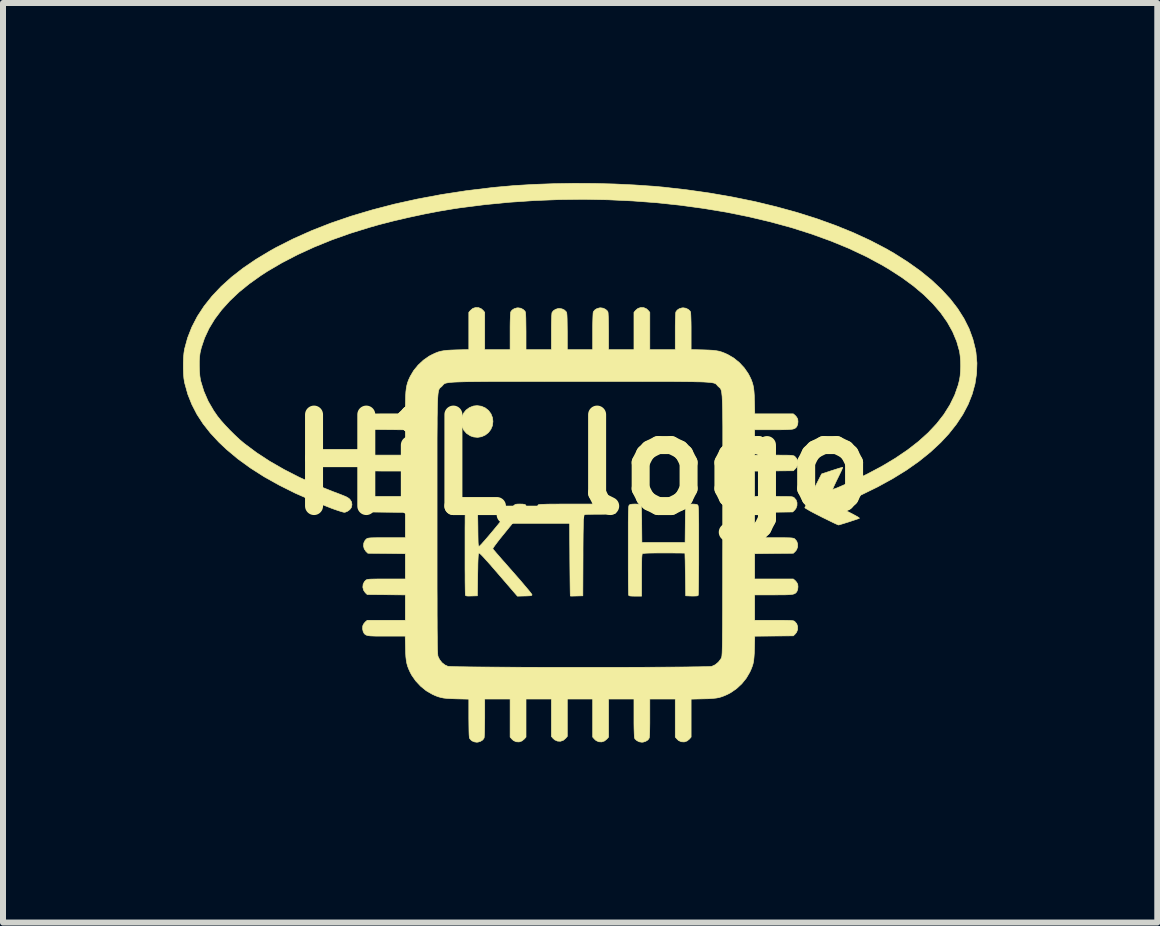
<source format=kicad_pcb>
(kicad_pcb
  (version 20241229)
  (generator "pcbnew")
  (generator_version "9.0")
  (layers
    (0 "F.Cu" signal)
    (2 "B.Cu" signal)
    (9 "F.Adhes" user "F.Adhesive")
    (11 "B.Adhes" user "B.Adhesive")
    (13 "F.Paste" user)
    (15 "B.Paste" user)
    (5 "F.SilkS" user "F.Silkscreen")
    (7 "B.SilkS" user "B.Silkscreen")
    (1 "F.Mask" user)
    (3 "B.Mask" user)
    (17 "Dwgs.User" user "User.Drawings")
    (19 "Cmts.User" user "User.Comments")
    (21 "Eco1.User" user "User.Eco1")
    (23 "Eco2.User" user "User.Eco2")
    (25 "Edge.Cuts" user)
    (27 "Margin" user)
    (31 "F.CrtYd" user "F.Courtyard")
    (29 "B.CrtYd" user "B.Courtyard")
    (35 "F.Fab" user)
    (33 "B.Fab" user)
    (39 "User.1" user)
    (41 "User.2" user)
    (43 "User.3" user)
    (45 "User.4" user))
  (footprint "HiL_logo"
    (layer "F.Cu")
    (at 6.646 4.693)
    (property "Reference" "HiL_logo" (at 0 0 0) (layer "F.SilkS") (effects (font (size 1.524 1.524) (thickness 0.3))))
    (attr through_hole)
    (fp_poly (pts (xy -1.674 -0.974) (xy -1.61 -0.946) (xy -1.556 -0.903) (xy -1.515 -0.848) (xy -1.489 -0.782) (xy -1.482 -0.72) (xy -1.491 -0.649) (xy -1.518 -0.586) (xy -1.559 -0.533) (xy -1.611 -0.493) (xy -1.671 -0.466) (xy -1.737 -0.455) (xy -1.805 -0.462) (xy -1.857 -0.48) (xy -1.921 -0.521) (xy -1.968 -0.575) (xy -1.999 -0.64) (xy -2.01 -0.713) (xy -2.01 -0.72) (xy -2.001 -0.792) (xy -1.973 -0.856) (xy -1.93 -0.91) (xy -1.874 -0.951) (xy -1.809 -0.977) (xy -1.746 -0.984) (xy -1.674 -0.974)) (stroke (width 0.01) (type solid)) (fill yes) (layer "F.SilkS"))
    (fp_poly (pts (xy 0.258 0.656) (xy 0.338 0.657) (xy 0.404 0.658) (xy 0.456 0.66) (xy 0.496 0.663) (xy 0.526 0.667) (xy 0.547 0.673) (xy 0.56 0.68) (xy 0.568 0.688) (xy 0.571 0.699) (xy 0.572 0.712) (xy 0.572 0.727) (xy 0.572 0.737) (xy 0.572 0.764) (xy 0.57 0.785) (xy 0.565 0.8) (xy 0.553 0.811) (xy 0.532 0.818) (xy 0.5 0.823) (xy 0.455 0.825) (xy 0.394 0.825) (xy 0.315 0.826) (xy 0.297 0.826) (xy 0.214 0.826) (xy 0.149 0.827) (xy 0.101 0.828) (xy 0.067 0.83) (xy 0.046 0.834) (xy 0.035 0.838) (xy 0.033 0.84) (xy 0.03 0.851) (xy 0.028 0.877) (xy 0.026 0.92) (xy 0.024 0.98) (xy 0.023 1.057) (xy 0.021 1.153) (xy 0.02 1.268) (xy 0.019 1.403) (xy 0.019 1.52) (xy 0.016 2.185) (xy -0.087 2.188) (xy -0.131 2.189) (xy -0.167 2.19) (xy -0.188 2.189) (xy -0.193 2.188) (xy -0.193 2.178) (xy -0.194 2.147) (xy -0.195 2.1) (xy -0.196 2.036) (xy -0.197 1.958) (xy -0.198 1.868) (xy -0.199 1.768) (xy -0.2 1.659) (xy -0.201 1.543) (xy -0.201 1.508) (xy -0.206 0.831) (xy -0.471 0.826) (xy -0.736 0.82) (xy -0.739 0.753) (xy -0.739 0.711) (xy -0.734 0.681) (xy -0.729 0.671) (xy -0.724 0.668) (xy -0.713 0.665) (xy -0.694 0.663) (xy -0.666 0.661) (xy -0.627 0.66) (xy -0.576 0.658) (xy -0.512 0.657) (xy -0.432 0.657) (xy -0.336 0.656) (xy -0.222 0.656) (xy -0.089 0.656) (xy 0.045 0.656) (xy 0.161 0.656) (xy 0.258 0.656)) (stroke (width 0.01) (type solid)) (fill yes) (layer "F.SilkS"))
    (fp_poly (pts (xy 1.88 0.658) (xy 1.911 0.662) (xy 1.929 0.671) (xy 1.931 0.673) (xy 1.934 0.678) (xy 1.937 0.687) (xy 1.939 0.701) (xy 1.941 0.722) (xy 1.943 0.752) (xy 1.944 0.792) (xy 1.945 0.842) (xy 1.946 0.906) (xy 1.947 0.984) (xy 1.947 1.077) (xy 1.947 1.188) (xy 1.947 1.317) (xy 1.947 1.427) (xy 1.947 1.55) (xy 1.947 1.667) (xy 1.946 1.777) (xy 1.945 1.877) (xy 1.944 1.965) (xy 1.943 2.041) (xy 1.942 2.101) (xy 1.941 2.146) (xy 1.939 2.172) (xy 1.938 2.178) (xy 1.927 2.185) (xy 1.901 2.188) (xy 1.859 2.189) (xy 1.83 2.189) (xy 1.73 2.185) (xy 1.725 1.831) (xy 1.723 1.747) (xy 1.722 1.669) (xy 1.721 1.601) (xy 1.719 1.545) (xy 1.718 1.504) (xy 1.717 1.48) (xy 1.717 1.474) (xy 1.706 1.473) (xy 1.677 1.473) (xy 1.631 1.472) (xy 1.572 1.472) (xy 1.501 1.471) (xy 1.422 1.471) (xy 1.367 1.471) (xy 1.264 1.471) (xy 1.181 1.472) (xy 1.115 1.473) (xy 1.067 1.475) (xy 1.034 1.478) (xy 1.014 1.481) (xy 1.008 1.484) (xy 1.004 1.494) (xy 1.001 1.516) (xy 0.998 1.553) (xy 0.997 1.606) (xy 0.996 1.675) (xy 0.995 1.763) (xy 0.995 1.844) (xy 0.995 2.191) (xy 0.89 2.191) (xy 0.84 2.19) (xy 0.808 2.188) (xy 0.789 2.184) (xy 0.78 2.177) (xy 0.779 2.174) (xy 0.778 2.161) (xy 0.777 2.128) (xy 0.776 2.078) (xy 0.775 2.012) (xy 0.774 1.932) (xy 0.774 1.839) (xy 0.773 1.736) (xy 0.773 1.623) (xy 0.773 1.504) (xy 0.773 1.423) (xy 0.773 1.28) (xy 0.773 1.156) (xy 0.773 1.05) (xy 0.773 0.961) (xy 0.774 0.887) (xy 0.775 0.827) (xy 0.776 0.78) (xy 0.778 0.743) (xy 0.779 0.716) (xy 0.781 0.696) (xy 0.784 0.684) (xy 0.787 0.676) (xy 0.789 0.673) (xy 0.806 0.663) (xy 0.835 0.658) (xy 0.88 0.656) (xy 0.887 0.656) (xy 0.928 0.657) (xy 0.961 0.66) (xy 0.98 0.664) (xy 0.981 0.665) (xy 0.986 0.673) (xy 0.989 0.693) (xy 0.992 0.727) (xy 0.994 0.776) (xy 0.995 0.842) (xy 0.997 0.927) (xy 0.997 0.985) (xy 1 1.296) (xy 1.72 1.296) (xy 1.723 0.985) (xy 1.724 0.889) (xy 1.725 0.812) (xy 1.727 0.754) (xy 1.729 0.711) (xy 1.732 0.683) (xy 1.736 0.668) (xy 1.738 0.665) (xy 1.755 0.661) (xy 1.786 0.658) (xy 1.826 0.656) (xy 1.833 0.656) (xy 1.88 0.658)) (stroke (width 0.01) (type solid)) (fill yes) (layer "F.SilkS"))
    (fp_poly (pts (xy -1.799 0.657) (xy -1.766 0.661) (xy -1.748 0.67) (xy -1.748 0.67) (xy -1.744 0.685) (xy -1.74 0.72) (xy -1.738 0.775) (xy -1.736 0.851) (xy -1.734 0.947) (xy -1.733 1.022) (xy -1.732 1.116) (xy -1.731 1.191) (xy -1.73 1.248) (xy -1.729 1.291) (xy -1.727 1.322) (xy -1.724 1.342) (xy -1.721 1.353) (xy -1.717 1.359) (xy -1.712 1.36) (xy -1.701 1.352) (xy -1.677 1.328) (xy -1.643 1.29) (xy -1.598 1.239) (xy -1.544 1.176) (xy -1.482 1.102) (xy -1.428 1.037) (xy -1.369 0.965) (xy -1.313 0.897) (xy -1.261 0.835) (xy -1.217 0.781) (xy -1.18 0.737) (xy -1.154 0.705) (xy -1.139 0.687) (xy -1.137 0.685) (xy -1.121 0.67) (xy -1.104 0.661) (xy -1.079 0.657) (xy -1.04 0.656) (xy -1.038 0.656) (xy -0.988 0.657) (xy -0.956 0.662) (xy -0.938 0.67) (xy -0.932 0.683) (xy -0.931 0.687) (xy -0.938 0.698) (xy -0.956 0.724) (xy -0.986 0.763) (xy -1.024 0.813) (xy -1.071 0.872) (xy -1.124 0.938) (xy -1.182 1.01) (xy -1.212 1.046) (xy -1.292 1.145) (xy -1.359 1.227) (xy -1.411 1.294) (xy -1.449 1.345) (xy -1.474 1.38) (xy -1.484 1.399) (xy -1.484 1.402) (xy -1.476 1.413) (xy -1.455 1.437) (xy -1.423 1.475) (xy -1.381 1.523) (xy -1.331 1.581) (xy -1.273 1.646) (xy -1.211 1.717) (xy -1.154 1.782) (xy -1.088 1.857) (xy -1.026 1.928) (xy -0.971 1.993) (xy -0.923 2.05) (xy -0.883 2.097) (xy -0.854 2.134) (xy -0.836 2.158) (xy -0.831 2.167) (xy -0.833 2.175) (xy -0.842 2.18) (xy -0.86 2.184) (xy -0.893 2.186) (xy -0.942 2.188) (xy -0.953 2.188) (xy -1.074 2.191) (xy -1.385 1.83) (xy -1.469 1.733) (xy -1.54 1.651) (xy -1.599 1.586) (xy -1.645 1.535) (xy -1.679 1.5) (xy -1.702 1.479) (xy -1.713 1.473) (xy -1.713 1.473) (xy -1.717 1.476) (xy -1.721 1.483) (xy -1.725 1.496) (xy -1.727 1.518) (xy -1.729 1.551) (xy -1.731 1.596) (xy -1.733 1.656) (xy -1.734 1.733) (xy -1.736 1.829) (xy -1.736 1.831) (xy -1.741 2.185) (xy -1.838 2.188) (xy -1.885 2.189) (xy -1.914 2.188) (xy -1.931 2.184) (xy -1.94 2.177) (xy -1.941 2.174) (xy -1.942 2.161) (xy -1.943 2.129) (xy -1.944 2.078) (xy -1.945 2.012) (xy -1.946 1.932) (xy -1.946 1.839) (xy -1.947 1.736) (xy -1.947 1.623) (xy -1.947 1.504) (xy -1.947 1.423) (xy -1.947 1.28) (xy -1.947 1.156) (xy -1.947 1.05) (xy -1.946 0.961) (xy -1.946 0.887) (xy -1.945 0.827) (xy -1.944 0.78) (xy -1.942 0.743) (xy -1.941 0.716) (xy -1.939 0.696) (xy -1.936 0.684) (xy -1.933 0.676) (xy -1.931 0.673) (xy -1.911 0.664) (xy -1.878 0.658) (xy -1.838 0.655) (xy -1.799 0.657)) (stroke (width 0.01) (type solid)) (fill yes) (layer "F.SilkS"))
    (fp_poly (pts (xy 0.208 -4.686) (xy 0.547 -4.677) (xy 0.879 -4.661) (xy 1.2 -4.639) (xy 1.355 -4.625) (xy 1.75 -4.58) (xy 2.137 -4.525) (xy 2.515 -4.459) (xy 2.883 -4.384) (xy 3.238 -4.298) (xy 3.581 -4.204) (xy 3.911 -4.1) (xy 4.225 -3.987) (xy 4.523 -3.866) (xy 4.805 -3.736) (xy 5.068 -3.599) (xy 5.202 -3.522) (xy 5.429 -3.378) (xy 5.636 -3.231) (xy 5.823 -3.079) (xy 5.989 -2.923) (xy 6.136 -2.764) (xy 6.262 -2.601) (xy 6.367 -2.435) (xy 6.452 -2.266) (xy 6.515 -2.093) (xy 6.559 -1.917) (xy 6.567 -1.868) (xy 6.583 -1.693) (xy 6.577 -1.52) (xy 6.551 -1.347) (xy 6.504 -1.176) (xy 6.437 -1.006) (xy 6.349 -0.839) (xy 6.241 -0.675) (xy 6.113 -0.513) (xy 5.98 -0.37) (xy 5.809 -0.211) (xy 5.618 -0.057) (xy 5.408 0.091) (xy 5.178 0.233) (xy 4.93 0.369) (xy 4.665 0.499) (xy 4.382 0.622) (xy 4.347 0.636) (xy 4.232 0.682) (xy 4.437 0.785) (xy 4.504 0.819) (xy 4.558 0.848) (xy 4.597 0.87) (xy 4.62 0.886) (xy 4.625 0.893) (xy 4.625 0.893) (xy 4.596 0.904) (xy 4.555 0.918) (xy 4.506 0.934) (xy 4.453 0.952) (xy 4.401 0.968) (xy 4.353 0.983) (xy 4.313 0.995) (xy 4.286 1.003) (xy 4.276 1.005) (xy 4.263 1) (xy 4.233 0.987) (xy 4.19 0.967) (xy 4.135 0.94) (xy 4.072 0.909) (xy 4.002 0.875) (xy 3.987 0.867) (xy 3.918 0.832) (xy 3.854 0.799) (xy 3.8 0.77) (xy 3.758 0.745) (xy 3.729 0.728) (xy 3.716 0.718) (xy 3.715 0.717) (xy 3.72 0.704) (xy 3.733 0.676) (xy 3.754 0.633) (xy 3.78 0.579) (xy 3.812 0.516) (xy 3.847 0.447) (xy 3.855 0.429) (xy 3.995 0.154) (xy 4.168 0.097) (xy 4.225 0.079) (xy 4.274 0.063) (xy 4.313 0.052) (xy 4.338 0.046) (xy 4.346 0.045) (xy 4.343 0.056) (xy 4.332 0.083) (xy 4.314 0.122) (xy 4.29 0.171) (xy 4.263 0.227) (xy 4.26 0.232) (xy 4.233 0.288) (xy 4.21 0.337) (xy 4.192 0.376) (xy 4.182 0.402) (xy 4.18 0.413) (xy 4.18 0.413) (xy 4.196 0.408) (xy 4.229 0.396) (xy 4.276 0.377) (xy 4.333 0.352) (xy 4.399 0.323) (xy 4.47 0.291) (xy 4.544 0.257) (xy 4.618 0.222) (xy 4.689 0.188) (xy 4.752 0.158) (xy 4.997 0.028) (xy 5.221 -0.106) (xy 5.425 -0.244) (xy 5.608 -0.386) (xy 5.77 -0.532) (xy 5.912 -0.683) (xy 6.032 -0.837) (xy 6.132 -0.996) (xy 6.212 -1.159) (xy 6.271 -1.327) (xy 6.293 -1.415) (xy 6.303 -1.479) (xy 6.309 -1.557) (xy 6.312 -1.643) (xy 6.31 -1.729) (xy 6.304 -1.809) (xy 6.295 -1.876) (xy 6.293 -1.888) (xy 6.246 -2.053) (xy 6.178 -2.216) (xy 6.089 -2.375) (xy 5.979 -2.531) (xy 5.849 -2.683) (xy 5.698 -2.832) (xy 5.526 -2.977) (xy 5.334 -3.118) (xy 5.122 -3.255) (xy 5.006 -3.324) (xy 4.736 -3.469) (xy 4.447 -3.605) (xy 4.142 -3.73) (xy 3.821 -3.846) (xy 3.487 -3.952) (xy 3.139 -4.047) (xy 2.78 -4.132) (xy 2.41 -4.207) (xy 2.03 -4.27) (xy 1.642 -4.323) (xy 1.247 -4.365) (xy 0.847 -4.395) (xy 0.441 -4.414) (xy 0.032 -4.422) (xy -0.379 -4.417) (xy -0.792 -4.401) (xy -1.204 -4.373) (xy -1.616 -4.333) (xy -2.025 -4.281) (xy -2.133 -4.265) (xy -2.372 -4.225) (xy -2.623 -4.177) (xy -2.879 -4.122) (xy -3.133 -4.063) (xy -3.378 -4) (xy -3.54 -3.954) (xy -3.859 -3.855) (xy -4.166 -3.746) (xy -4.459 -3.627) (xy -4.738 -3.499) (xy -5 -3.363) (xy -5.244 -3.22) (xy -5.35 -3.151) (xy -5.542 -3.014) (xy -5.716 -2.873) (xy -5.87 -2.727) (xy -6.004 -2.578) (xy -6.119 -2.425) (xy -6.214 -2.268) (xy -6.288 -2.109) (xy -6.342 -1.948) (xy -6.362 -1.863) (xy -6.37 -1.801) (xy -6.375 -1.725) (xy -6.375 -1.642) (xy -6.372 -1.558) (xy -6.366 -1.48) (xy -6.356 -1.414) (xy -6.352 -1.396) (xy -6.299 -1.223) (xy -6.227 -1.057) (xy -6.135 -0.899) (xy -6.072 -0.808) (xy -6.015 -0.737) (xy -5.945 -0.658) (xy -5.867 -0.576) (xy -5.785 -0.495) (xy -5.704 -0.419) (xy -5.627 -0.354) (xy -5.618 -0.347) (xy -5.418 -0.198) (xy -5.199 -0.055) (xy -4.96 0.082) (xy -4.704 0.213) (xy -4.43 0.336) (xy -4.139 0.452) (xy -4.09 0.47) (xy -4.02 0.497) (xy -3.967 0.518) (xy -3.927 0.535) (xy -3.899 0.551) (xy -3.879 0.565) (xy -3.866 0.577) (xy -3.838 0.62) (xy -3.831 0.668) (xy -3.843 0.717) (xy -3.845 0.719) (xy -3.868 0.749) (xy -3.903 0.775) (xy -3.94 0.791) (xy -3.96 0.794) (xy -3.979 0.79) (xy -4.015 0.78) (xy -4.062 0.765) (xy -4.118 0.746) (xy -4.178 0.724) (xy -4.487 0.602) (xy -4.776 0.475) (xy -5.044 0.341) (xy -5.293 0.202) (xy -5.522 0.056) (xy -5.732 -0.096) (xy -5.922 -0.255) (xy -6.049 -0.375) (xy -6.191 -0.528) (xy -6.313 -0.683) (xy -6.415 -0.84) (xy -6.499 -1.003) (xy -6.566 -1.171) (xy -6.615 -1.347) (xy -6.622 -1.376) (xy -6.632 -1.439) (xy -6.638 -1.517) (xy -6.641 -1.605) (xy -6.641 -1.695) (xy -6.638 -1.782) (xy -6.631 -1.861) (xy -6.621 -1.925) (xy -6.621 -1.926) (xy -6.57 -2.113) (xy -6.499 -2.294) (xy -6.408 -2.47) (xy -6.296 -2.641) (xy -6.164 -2.807) (xy -6.011 -2.969) (xy -5.838 -3.125) (xy -5.644 -3.276) (xy -5.43 -3.422) (xy -5.195 -3.563) (xy -5.095 -3.619) (xy -4.808 -3.764) (xy -4.503 -3.9) (xy -4.181 -4.026) (xy -3.842 -4.142) (xy -3.488 -4.247) (xy -3.119 -4.343) (xy -2.737 -4.427) (xy -2.341 -4.501) (xy -1.933 -4.564) (xy -1.514 -4.615) (xy -1.429 -4.624) (xy -1.124 -4.651) (xy -0.803 -4.67) (xy -0.471 -4.682) (xy -0.132 -4.688) (xy 0.208 -4.686)) (stroke (width 0.01) (type solid)) (fill yes) (layer "F.SilkS"))
    (fp_poly (pts (xy 1.031 -2.617) (xy 1.077 -2.597) (xy 1.106 -2.57) (xy 1.132 -2.538) (xy 1.132 -1.916) (xy 1.556 -1.916) (xy 1.556 -2.217) (xy 1.556 -2.299) (xy 1.557 -2.373) (xy 1.559 -2.438) (xy 1.561 -2.49) (xy 1.563 -2.526) (xy 1.566 -2.544) (xy 1.566 -2.545) (xy 1.588 -2.575) (xy 1.623 -2.599) (xy 1.667 -2.612) (xy 1.688 -2.614) (xy 1.732 -2.607) (xy 1.773 -2.587) (xy 1.802 -2.56) (xy 1.81 -2.545) (xy 1.813 -2.527) (xy 1.815 -2.491) (xy 1.817 -2.439) (xy 1.819 -2.374) (xy 1.82 -2.3) (xy 1.82 -2.218) (xy 1.82 -2.218) (xy 1.82 -1.918) (xy 2.024 -1.913) (xy 2.111 -1.91) (xy 2.181 -1.906) (xy 2.238 -1.899) (xy 2.288 -1.89) (xy 2.334 -1.876) (xy 2.38 -1.858) (xy 2.431 -1.835) (xy 2.53 -1.777) (xy 2.623 -1.702) (xy 2.705 -1.614) (xy 2.772 -1.517) (xy 2.798 -1.468) (xy 2.822 -1.417) (xy 2.839 -1.371) (xy 2.852 -1.326) (xy 2.862 -1.278) (xy 2.868 -1.222) (xy 2.873 -1.153) (xy 2.875 -1.068) (xy 2.876 -1.056) (xy 2.881 -0.847) (xy 3.523 -0.847) (xy 3.555 -0.82) (xy 3.579 -0.792) (xy 3.596 -0.76) (xy 3.597 -0.757) (xy 3.601 -0.716) (xy 3.596 -0.673) (xy 3.582 -0.637) (xy 3.576 -0.629) (xy 3.565 -0.616) (xy 3.551 -0.606) (xy 3.534 -0.598) (xy 3.511 -0.592) (xy 3.479 -0.588) (xy 3.436 -0.585) (xy 3.379 -0.583) (xy 3.307 -0.582) (xy 3.216 -0.582) (xy 3.191 -0.582) (xy 2.879 -0.582) (xy 2.879 -0.159) (xy 3.2 -0.159) (xy 3.291 -0.159) (xy 3.364 -0.158) (xy 3.42 -0.158) (xy 3.462 -0.157) (xy 3.493 -0.155) (xy 3.514 -0.152) (xy 3.529 -0.148) (xy 3.54 -0.144) (xy 3.548 -0.138) (xy 3.58 -0.101) (xy 3.595 -0.055) (xy 3.595 -0.006) (xy 3.578 0.041) (xy 3.557 0.068) (xy 3.524 0.101) (xy 3.201 0.104) (xy 2.879 0.107) (xy 2.879 0.529) (xy 3.195 0.529) (xy 3.285 0.529) (xy 3.357 0.53) (xy 3.412 0.53) (xy 3.454 0.531) (xy 3.484 0.533) (xy 3.505 0.536) (xy 3.519 0.54) (xy 3.53 0.545) (xy 3.537 0.55) (xy 3.569 0.587) (xy 3.585 0.633) (xy 3.584 0.682) (xy 3.567 0.729) (xy 3.546 0.756) (xy 3.513 0.788) (xy 3.196 0.792) (xy 2.879 0.795) (xy 2.879 1.217) (xy 3.2 1.217) (xy 3.291 1.217) (xy 3.364 1.217) (xy 3.42 1.218) (xy 3.462 1.219) (xy 3.493 1.221) (xy 3.514 1.224) (xy 3.529 1.227) (xy 3.54 1.232) (xy 3.548 1.238) (xy 3.58 1.275) (xy 3.595 1.321) (xy 3.595 1.37) (xy 3.578 1.417) (xy 3.557 1.444) (xy 3.524 1.476) (xy 3.201 1.479) (xy 2.879 1.483) (xy 2.879 1.905) (xy 3.523 1.905) (xy 3.555 1.932) (xy 3.579 1.96) (xy 3.596 1.991) (xy 3.597 1.995) (xy 3.601 2.035) (xy 3.596 2.079) (xy 3.582 2.115) (xy 3.576 2.123) (xy 3.565 2.136) (xy 3.551 2.146) (xy 3.534 2.154) (xy 3.511 2.16) (xy 3.479 2.164) (xy 3.436 2.167) (xy 3.379 2.169) (xy 3.307 2.169) (xy 3.216 2.17) (xy 3.191 2.17) (xy 2.879 2.17) (xy 2.879 2.593) (xy 3.2 2.593) (xy 3.291 2.593) (xy 3.364 2.593) (xy 3.42 2.594) (xy 3.462 2.595) (xy 3.493 2.597) (xy 3.514 2.6) (xy 3.529 2.603) (xy 3.54 2.608) (xy 3.548 2.614) (xy 3.58 2.651) (xy 3.595 2.697) (xy 3.595 2.746) (xy 3.578 2.792) (xy 3.557 2.819) (xy 3.524 2.852) (xy 3.202 2.855) (xy 2.881 2.858) (xy 2.876 3.056) (xy 2.873 3.143) (xy 2.868 3.212) (xy 2.862 3.27) (xy 2.852 3.319) (xy 2.837 3.366) (xy 2.818 3.414) (xy 2.798 3.458) (xy 2.74 3.557) (xy 2.665 3.65) (xy 2.577 3.732) (xy 2.48 3.799) (xy 2.431 3.825) (xy 2.38 3.848) (xy 2.333 3.866) (xy 2.287 3.88) (xy 2.238 3.889) (xy 2.18 3.895) (xy 2.11 3.9) (xy 2.024 3.902) (xy 1.82 3.907) (xy 1.82 4.539) (xy 1.793 4.571) (xy 1.753 4.604) (xy 1.706 4.62) (xy 1.657 4.617) (xy 1.611 4.597) (xy 1.583 4.57) (xy 1.556 4.539) (xy 1.556 3.905) (xy 1.132 3.905) (xy 1.132 4.217) (xy 1.132 4.301) (xy 1.131 4.377) (xy 1.13 4.444) (xy 1.128 4.497) (xy 1.125 4.535) (xy 1.122 4.555) (xy 1.122 4.555) (xy 1.101 4.586) (xy 1.065 4.609) (xy 1.022 4.623) (xy 1 4.625) (xy 0.956 4.618) (xy 0.916 4.598) (xy 0.886 4.571) (xy 0.878 4.555) (xy 0.875 4.538) (xy 0.873 4.502) (xy 0.871 4.449) (xy 0.869 4.384) (xy 0.868 4.309) (xy 0.868 4.225) (xy 0.868 4.217) (xy 0.868 3.905) (xy 0.445 3.905) (xy 0.445 4.539) (xy 0.417 4.571) (xy 0.377 4.604) (xy 0.33 4.62) (xy 0.281 4.617) (xy 0.236 4.597) (xy 0.207 4.57) (xy 0.18 4.539) (xy 0.18 3.905) (xy -0.243 3.905) (xy -0.243 4.528) (xy -0.271 4.56) (xy -0.311 4.594) (xy -0.358 4.609) (xy -0.407 4.606) (xy -0.452 4.586) (xy -0.481 4.56) (xy -0.508 4.528) (xy -0.508 3.905) (xy -0.931 3.905) (xy -0.931 4.539) (xy -0.959 4.571) (xy -0.999 4.604) (xy -1.046 4.62) (xy -1.095 4.617) (xy -1.14 4.597) (xy -1.169 4.57) (xy -1.196 4.539) (xy -1.196 3.905) (xy -1.619 3.905) (xy -1.619 4.217) (xy -1.62 4.301) (xy -1.621 4.377) (xy -1.622 4.444) (xy -1.624 4.497) (xy -1.627 4.535) (xy -1.629 4.555) (xy -1.63 4.555) (xy -1.651 4.586) (xy -1.687 4.609) (xy -1.73 4.623) (xy -1.752 4.625) (xy -1.791 4.619) (xy -1.827 4.604) (xy -1.829 4.604) (xy -1.854 4.582) (xy -1.872 4.558) (xy -1.874 4.555) (xy -1.876 4.538) (xy -1.879 4.502) (xy -1.881 4.449) (xy -1.882 4.384) (xy -1.883 4.309) (xy -1.884 4.225) (xy -1.884 4.218) (xy -1.884 3.907) (xy -2.088 3.902) (xy -2.174 3.899) (xy -2.244 3.895) (xy -2.302 3.889) (xy -2.351 3.879) (xy -2.397 3.866) (xy -2.444 3.848) (xy -2.494 3.825) (xy -2.594 3.767) (xy -2.687 3.691) (xy -2.769 3.603) (xy -2.836 3.507) (xy -2.862 3.458) (xy -2.886 3.405) (xy -2.904 3.358) (xy -2.917 3.311) (xy -2.926 3.261) (xy -2.933 3.202) (xy -2.937 3.13) (xy -2.939 3.056) (xy -2.944 2.857) (xy -3.251 2.857) (xy -3.345 2.857) (xy -3.421 2.857) (xy -3.48 2.855) (xy -3.525 2.853) (xy -3.559 2.849) (xy -3.584 2.843) (xy -3.602 2.835) (xy -3.616 2.825) (xy -3.628 2.813) (xy -3.629 2.811) (xy -3.645 2.779) (xy -3.654 2.737) (xy -3.652 2.695) (xy -3.65 2.683) (xy -3.635 2.652) (xy -3.611 2.623) (xy -3.608 2.62) (xy -3.576 2.593) (xy -2.942 2.593) (xy -2.942 2.17) (xy -3.259 2.167) (xy -3.577 2.164) (xy -3.61 2.132) (xy -3.638 2.09) (xy -3.65 2.042) (xy -3.645 1.993) (xy -3.624 1.95) (xy -3.601 1.926) (xy -3.592 1.92) (xy -3.582 1.915) (xy -3.566 1.912) (xy -3.545 1.909) (xy -3.513 1.907) (xy -3.47 1.906) (xy -3.413 1.905) (xy -3.34 1.905) (xy -3.258 1.905) (xy -2.942 1.905) (xy -2.942 1.483) (xy -3.254 1.479) (xy -3.566 1.476) (xy -3.599 1.444) (xy -3.627 1.402) (xy -3.639 1.354) (xy -3.634 1.305) (xy -3.613 1.262) (xy -3.59 1.238) (xy -3.581 1.232) (xy -3.571 1.227) (xy -3.556 1.224) (xy -3.534 1.221) (xy -3.502 1.219) (xy -3.459 1.218) (xy -3.401 1.217) (xy -3.327 1.217) (xy -3.253 1.217) (xy -2.942 1.217) (xy -2.942 0.795) (xy -3.259 0.792) (xy -3.577 0.788) (xy -3.61 0.756) (xy -3.638 0.714) (xy -3.65 0.666) (xy -3.645 0.618) (xy -3.624 0.574) (xy -3.601 0.55) (xy -3.592 0.544) (xy -3.582 0.539) (xy -3.566 0.536) (xy -3.545 0.533) (xy -3.513 0.531) (xy -3.47 0.53) (xy -3.413 0.529) (xy -3.34 0.529) (xy -3.258 0.529) (xy -2.942 0.529) (xy -2.942 0.106) (xy -3.25 0.106) (xy -3.344 0.106) (xy -3.42 0.105) (xy -3.479 0.104) (xy -3.525 0.101) (xy -3.559 0.097) (xy -3.584 0.091) (xy -3.602 0.084) (xy -3.616 0.074) (xy -3.627 0.061) (xy -3.629 0.059) (xy -3.641 0.037) (xy -2.413 0.037) (xy -2.413 0.229) (xy -2.413 0.439) (xy -2.413 0.669) (xy -2.413 0.919) (xy -2.413 0.99) (xy -2.413 1.243) (xy -2.413 1.477) (xy -2.413 1.691) (xy -2.413 1.886) (xy -2.413 2.064) (xy -2.412 2.225) (xy -2.412 2.369) (xy -2.412 2.499) (xy -2.411 2.614) (xy -2.411 2.716) (xy -2.41 2.805) (xy -2.409 2.882) (xy -2.409 2.949) (xy -2.408 3.005) (xy -2.407 3.052) (xy -2.406 3.091) (xy -2.404 3.122) (xy -2.403 3.147) (xy -2.401 3.166) (xy -2.4 3.18) (xy -2.398 3.19) (xy -2.397 3.194) (xy -2.371 3.248) (xy -2.331 3.299) (xy -2.281 3.338) (xy -2.235 3.359) (xy -2.218 3.361) (xy -2.181 3.363) (xy -2.125 3.365) (xy -2.052 3.367) (xy -1.963 3.368) (xy -1.858 3.37) (xy -1.74 3.371) (xy -1.609 3.372) (xy -1.467 3.373) (xy -1.315 3.374) (xy -1.154 3.375) (xy -0.985 3.376) (xy -0.81 3.376) (xy -0.63 3.377) (xy -0.446 3.377) (xy -0.259 3.377) (xy -0.071 3.377) (xy 0.118 3.377) (xy 0.305 3.377) (xy 0.49 3.377) (xy 0.672 3.377) (xy 0.85 3.376) (xy 1.021 3.376) (xy 1.185 3.375) (xy 1.341 3.374) (xy 1.487 3.373) (xy 1.622 3.372) (xy 1.745 3.371) (xy 1.855 3.369) (xy 1.951 3.368) (xy 2.03 3.366) (xy 2.093 3.365) (xy 2.137 3.363) (xy 2.162 3.361) (xy 2.166 3.36) (xy 2.222 3.334) (xy 2.274 3.291) (xy 2.315 3.238) (xy 2.323 3.222) (xy 2.326 3.217) (xy 2.328 3.211) (xy 2.33 3.203) (xy 2.332 3.193) (xy 2.334 3.179) (xy 2.335 3.161) (xy 2.337 3.137) (xy 2.338 3.108) (xy 2.339 3.072) (xy 2.34 3.027) (xy 2.341 2.975) (xy 2.342 2.912) (xy 2.342 2.839) (xy 2.343 2.755) (xy 2.344 2.659) (xy 2.344 2.549) (xy 2.345 2.426) (xy 2.345 2.288) (xy 2.345 2.134) (xy 2.346 1.964) (xy 2.346 1.776) (xy 2.346 1.57) (xy 2.347 1.345) (xy 2.347 1.1) (xy 2.347 1.016) (xy 2.347 0.76) (xy 2.348 0.523) (xy 2.348 0.306) (xy 2.348 0.107) (xy 2.348 -0.073) (xy 2.348 -0.237) (xy 2.348 -0.385) (xy 2.348 -0.518) (xy 2.348 -0.636) (xy 2.347 -0.741) (xy 2.346 -0.834) (xy 2.345 -0.914) (xy 2.343 -0.984) (xy 2.341 -1.044) (xy 2.339 -1.095) (xy 2.337 -1.137) (xy 2.333 -1.172) (xy 2.33 -1.2) (xy 2.326 -1.223) (xy 2.321 -1.241) (xy 2.316 -1.255) (xy 2.311 -1.266) (xy 2.304 -1.274) (xy 2.298 -1.281) (xy 2.29 -1.288) (xy 2.282 -1.295) (xy 2.273 -1.303) (xy 2.27 -1.305) (xy 2.262 -1.315) (xy 2.254 -1.323) (xy 2.248 -1.331) (xy 2.241 -1.338) (xy 2.233 -1.345) (xy 2.224 -1.351) (xy 2.211 -1.356) (xy 2.195 -1.361) (xy 2.174 -1.365) (xy 2.148 -1.369) (xy 2.116 -1.372) (xy 2.077 -1.375) (xy 2.029 -1.378) (xy 1.973 -1.38) (xy 1.907 -1.381) (xy 1.831 -1.383) (xy 1.743 -1.384) (xy 1.643 -1.385) (xy 1.529 -1.386) (xy 1.402 -1.386) (xy 1.26 -1.386) (xy 1.102 -1.386) (xy 0.927 -1.387) (xy 0.735 -1.387) (xy 0.524 -1.387) (xy 0.295 -1.386) (xy 0.045 -1.386) (xy -0.026 -1.386) (xy -0.282 -1.386) (xy -0.518 -1.386) (xy -0.734 -1.387) (xy -0.932 -1.387) (xy -1.111 -1.386) (xy -1.274 -1.386) (xy -1.421 -1.386) (xy -1.553 -1.386) (xy -1.671 -1.385) (xy -1.775 -1.384) (xy -1.867 -1.383) (xy -1.947 -1.382) (xy -2.016 -1.38) (xy -2.075 -1.378) (xy -2.125 -1.376) (xy -2.167 -1.373) (xy -2.201 -1.37) (xy -2.229 -1.366) (xy -2.252 -1.362) (xy -2.269 -1.358) (xy -2.283 -1.353) (xy -2.293 -1.347) (xy -2.302 -1.341) (xy -2.309 -1.334) (xy -2.315 -1.326) (xy -2.322 -1.318) (xy -2.33 -1.309) (xy -2.332 -1.307) (xy -2.341 -1.298) (xy -2.35 -1.291) (xy -2.358 -1.285) (xy -2.365 -1.278) (xy -2.372 -1.27) (xy -2.377 -1.261) (xy -2.383 -1.248) (xy -2.388 -1.232) (xy -2.392 -1.211) (xy -2.396 -1.185) (xy -2.399 -1.153) (xy -2.402 -1.113) (xy -2.404 -1.066) (xy -2.406 -1.01) (xy -2.408 -0.944) (xy -2.409 -0.867) (xy -2.411 -0.779) (xy -2.411 -0.679) (xy -2.412 -0.566) (xy -2.413 -0.438) (xy -2.413 -0.296) (xy -2.413 -0.138) (xy -2.413 0.037) (xy -3.641 0.037) (xy -3.645 0.027) (xy -3.654 -0.015) (xy -3.652 -0.057) (xy -3.65 -0.069) (xy -3.635 -0.1) (xy -3.611 -0.129) (xy -3.608 -0.132) (xy -3.576 -0.159) (xy -2.942 -0.159) (xy -2.942 -0.581) (xy -3.259 -0.584) (xy -3.577 -0.587) (xy -3.61 -0.62) (xy -3.638 -0.662) (xy -3.65 -0.71) (xy -3.645 -0.758) (xy -3.624 -0.802) (xy -3.601 -0.826) (xy -3.592 -0.832) (xy -3.582 -0.837) (xy -3.566 -0.84) (xy -3.544 -0.843) (xy -3.513 -0.845) (xy -3.47 -0.846) (xy -3.413 -0.846) (xy -3.339 -0.847) (xy -3.259 -0.847) (xy -2.944 -0.847) (xy -2.939 -1.056) (xy -2.937 -1.143) (xy -2.933 -1.213) (xy -2.926 -1.271) (xy -2.917 -1.32) (xy -2.905 -1.365) (xy -2.888 -1.411) (xy -2.865 -1.461) (xy -2.862 -1.468) (xy -2.804 -1.567) (xy -2.728 -1.66) (xy -2.64 -1.742) (xy -2.544 -1.809) (xy -2.494 -1.835) (xy -2.443 -1.859) (xy -2.397 -1.877) (xy -2.351 -1.89) (xy -2.301 -1.899) (xy -2.244 -1.906) (xy -2.173 -1.91) (xy -2.088 -1.913) (xy -1.884 -1.918) (xy -1.884 -2.538) (xy -1.857 -2.57) (xy -1.817 -2.604) (xy -1.77 -2.619) (xy -1.721 -2.617) (xy -1.675 -2.597) (xy -1.646 -2.571) (xy -1.619 -2.538) (xy -1.619 -1.916) (xy -1.196 -1.916) (xy -1.196 -2.217) (xy -1.196 -2.299) (xy -1.195 -2.373) (xy -1.193 -2.438) (xy -1.191 -2.49) (xy -1.188 -2.526) (xy -1.186 -2.544) (xy -1.186 -2.545) (xy -1.164 -2.575) (xy -1.128 -2.599) (xy -1.085 -2.612) (xy -1.064 -2.614) (xy -1.019 -2.607) (xy -0.979 -2.587) (xy -0.95 -2.56) (xy -0.942 -2.545) (xy -0.939 -2.527) (xy -0.936 -2.491) (xy -0.934 -2.439) (xy -0.933 -2.374) (xy -0.932 -2.3) (xy -0.931 -2.218) (xy -0.931 -1.916) (xy -0.508 -1.916) (xy -0.508 -2.211) (xy -0.508 -2.292) (xy -0.507 -2.366) (xy -0.505 -2.43) (xy -0.503 -2.481) (xy -0.5 -2.517) (xy -0.498 -2.534) (xy -0.476 -2.564) (xy -0.44 -2.588) (xy -0.397 -2.602) (xy -0.376 -2.603) (xy -0.331 -2.596) (xy -0.291 -2.577) (xy -0.262 -2.549) (xy -0.254 -2.534) (xy -0.251 -2.516) (xy -0.248 -2.48) (xy -0.246 -2.428) (xy -0.245 -2.364) (xy -0.244 -2.29) (xy -0.243 -2.211) (xy -0.243 -1.916) (xy 0.18 -1.916) (xy 0.18 -2.217) (xy 0.18 -2.299) (xy 0.181 -2.373) (xy 0.183 -2.438) (xy 0.185 -2.49) (xy 0.187 -2.526) (xy 0.19 -2.544) (xy 0.19 -2.545) (xy 0.212 -2.575) (xy 0.248 -2.599) (xy 0.291 -2.612) (xy 0.312 -2.614) (xy 0.357 -2.607) (xy 0.397 -2.587) (xy 0.426 -2.56) (xy 0.434 -2.545) (xy 0.437 -2.527) (xy 0.439 -2.491) (xy 0.442 -2.439) (xy 0.443 -2.374) (xy 0.444 -2.3) (xy 0.445 -2.218) (xy 0.445 -1.916) (xy 0.868 -1.916) (xy 0.868 -2.538) (xy 0.895 -2.571) (xy 0.935 -2.604) (xy 0.982 -2.619) (xy 1.031 -2.617)) (stroke (width 0.01) (type solid)) (fill yes) (layer "F.SilkS")))
  (gr_rect
    (start -3 -3)
    (end 16.234 12.323)
    (stroke (width 0.1) (type default))
    (fill no)
    (layer "Edge.Cuts")))
</source>
